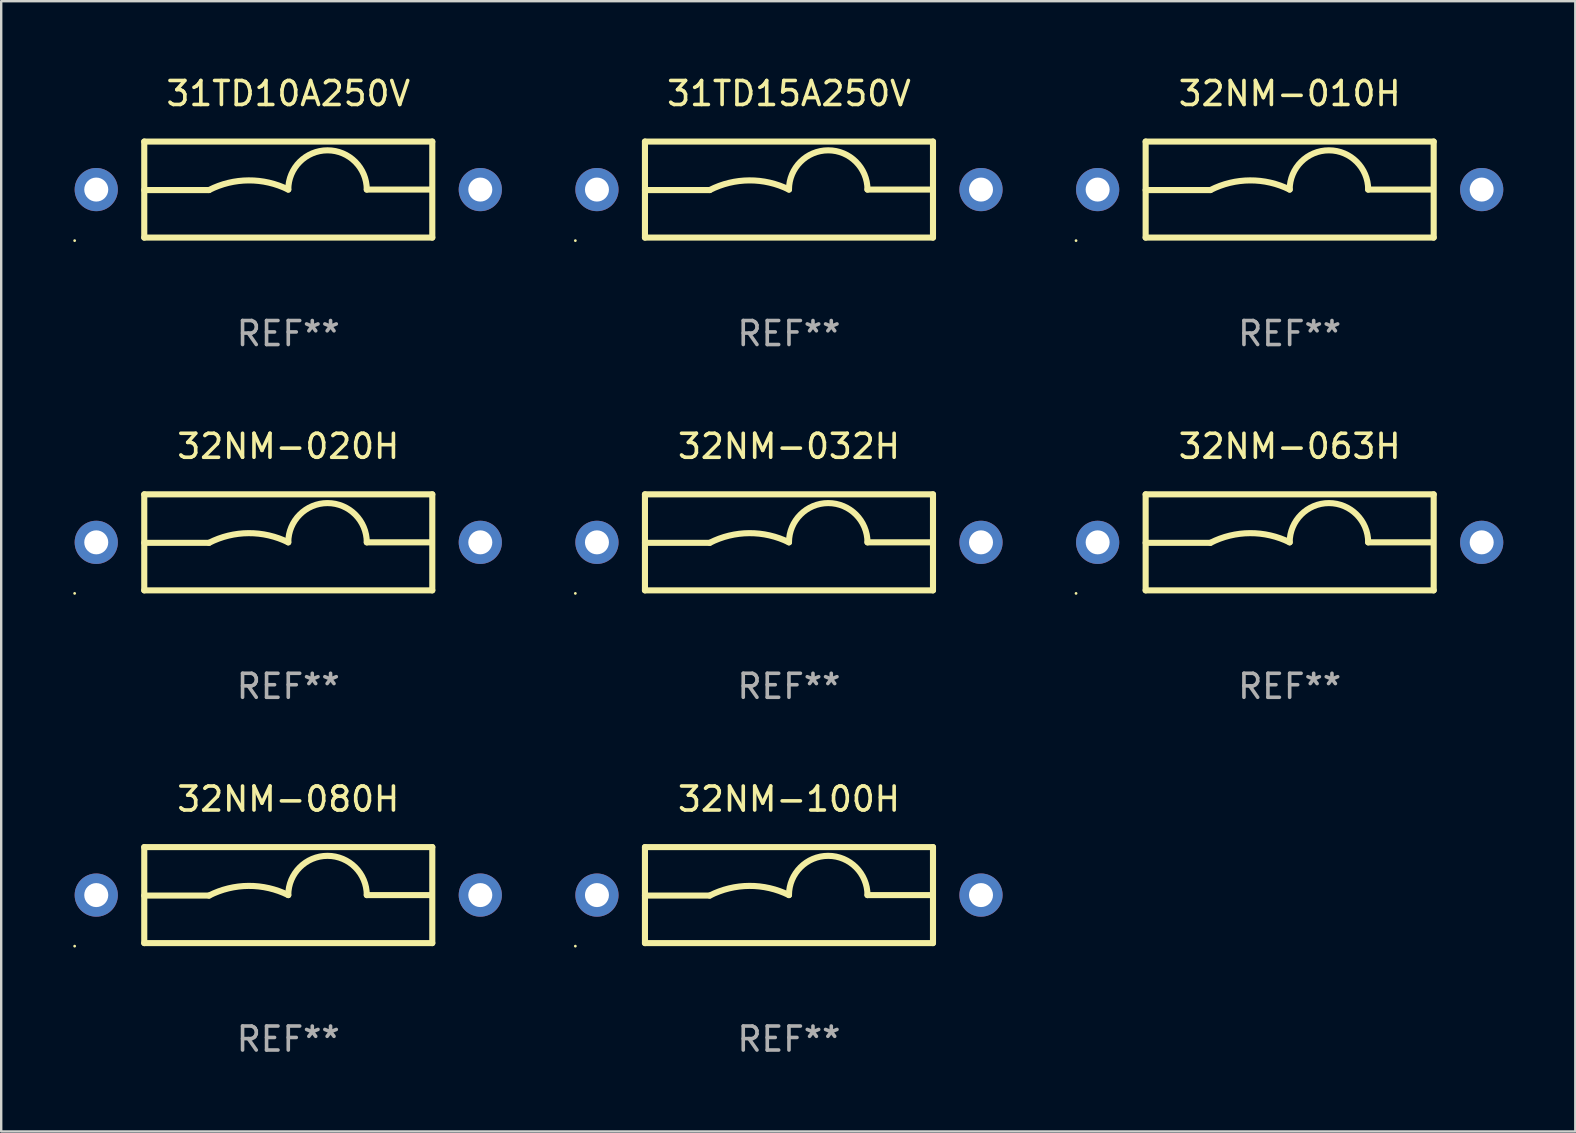
<source format=kicad_pcb>
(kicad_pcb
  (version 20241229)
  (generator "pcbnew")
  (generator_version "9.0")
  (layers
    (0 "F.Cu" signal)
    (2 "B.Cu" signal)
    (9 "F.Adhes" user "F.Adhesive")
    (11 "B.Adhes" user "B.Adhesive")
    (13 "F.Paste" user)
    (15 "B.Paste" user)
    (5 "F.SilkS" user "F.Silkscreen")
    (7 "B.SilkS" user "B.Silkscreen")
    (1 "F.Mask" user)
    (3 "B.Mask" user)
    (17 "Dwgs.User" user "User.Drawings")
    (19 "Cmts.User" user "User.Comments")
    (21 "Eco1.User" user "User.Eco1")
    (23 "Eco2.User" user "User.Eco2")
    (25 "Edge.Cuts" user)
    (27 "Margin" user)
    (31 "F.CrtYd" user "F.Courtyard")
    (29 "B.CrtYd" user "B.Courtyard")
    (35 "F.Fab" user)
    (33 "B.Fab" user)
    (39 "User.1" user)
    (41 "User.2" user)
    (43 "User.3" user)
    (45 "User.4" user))
  (footprint "31TD10A250V"
    (layer "F.Cu")
    (at 8.96 4.848)
    (property "Reference" "31TD10A250V" (at 0 -4 0) (layer "F.SilkS") (effects (font (size 1 1) (thickness 0.15))))
    (attr through_hole)
    (fp_line (start -6 -2) (end 6 -2) (stroke (width 0.254) (type solid)) (layer "F.SilkS"))
    (fp_line (start -6 0.02) (end -3.302 0.02) (stroke (width 0.254) (type solid)) (layer "F.SilkS"))
    (fp_line (start -6 2) (end -6 -2) (stroke (width 0.254) (type solid)) (layer "F.SilkS"))
    (fp_line (start 5.969 0) (end 3.271 0) (stroke (width 0.254) (type solid)) (layer "F.SilkS"))
    (fp_line (start 6 -2) (end 6 2) (stroke (width 0.254) (type solid)) (layer "F.SilkS"))
    (fp_line (start 6 2) (end -6 2) (stroke (width 0.254) (type solid)) (layer "F.SilkS"))
    (fp_arc (start -3.302007 0.020218) (mid -1.653409 -0.382715) (end 0 0) (stroke (width 0.254001) (type solid)) (layer "F.SilkS"))
    (fp_arc (start 0.000001 0) (mid 1.635497 -1.634823) (end 3.270993 0) (stroke (width 0.254001) (type solid)) (layer "F.SilkS"))
    (fp_circle (center -8.9 2.127) (end -8.87 2.127) (stroke (width 0.06) (type solid)) (fill no) (layer "F.SilkS"))
    (fp_text user "REF**" (at 0 6 0) (layer "F.Fab") (effects (font (size 1 1) (thickness 0.15))))
    (pad "1" thru_hole circle (at -8 0) (size 1.8 1.8) (drill 1) (layers "*.Cu" "*.Mask"))
    (pad "2" thru_hole circle (at 8 0) (size 1.8 1.8) (drill 1) (layers "*.Cu" "*.Mask")))
  (footprint "32NM-063H"
    (layer "F.Cu")
    (at 50.68 19.545)
    (property "Reference" "32NM-063H" (at 0 -4 0) (layer "F.SilkS") (effects (font (size 1 1) (thickness 0.15))))
    (attr through_hole)
    (fp_line (start -6 -2) (end 6 -2) (stroke (width 0.254) (type solid)) (layer "F.SilkS"))
    (fp_line (start -6 0.02) (end -3.302 0.02) (stroke (width 0.254) (type solid)) (layer "F.SilkS"))
    (fp_line (start -6 2) (end -6 -2) (stroke (width 0.254) (type solid)) (layer "F.SilkS"))
    (fp_line (start 5.969 0) (end 3.271 0) (stroke (width 0.254) (type solid)) (layer "F.SilkS"))
    (fp_line (start 6 -2) (end 6 2) (stroke (width 0.254) (type solid)) (layer "F.SilkS"))
    (fp_line (start 6 2) (end -6 2) (stroke (width 0.254) (type solid)) (layer "F.SilkS"))
    (fp_arc (start -3.302007 0.020218) (mid -1.653409 -0.382715) (end 0 0) (stroke (width 0.254001) (type solid)) (layer "F.SilkS"))
    (fp_arc (start 0.000001 0) (mid 1.635497 -1.634823) (end 3.270993 0) (stroke (width 0.254001) (type solid)) (layer "F.SilkS"))
    (fp_circle (center -8.9 2.127) (end -8.87 2.127) (stroke (width 0.06) (type solid)) (fill no) (layer "F.SilkS"))
    (fp_text user "REF**" (at 0 6 0) (layer "F.Fab") (effects (font (size 1 1) (thickness 0.15))))
    (pad "1" thru_hole circle (at -8 0) (size 1.8 1.8) (drill 1) (layers "*.Cu" "*.Mask"))
    (pad "2" thru_hole circle (at 8 0) (size 1.8 1.8) (drill 1) (layers "*.Cu" "*.Mask")))
  (footprint "32NM-020H"
    (layer "F.Cu")
    (at 8.96 19.545)
    (property "Reference" "32NM-020H" (at 0 -4 0) (layer "F.SilkS") (effects (font (size 1 1) (thickness 0.15))))
    (attr through_hole)
    (fp_line (start -6 -2) (end 6 -2) (stroke (width 0.254) (type solid)) (layer "F.SilkS"))
    (fp_line (start -6 0.02) (end -3.302 0.02) (stroke (width 0.254) (type solid)) (layer "F.SilkS"))
    (fp_line (start -6 2) (end -6 -2) (stroke (width 0.254) (type solid)) (layer "F.SilkS"))
    (fp_line (start 5.969 0) (end 3.271 0) (stroke (width 0.254) (type solid)) (layer "F.SilkS"))
    (fp_line (start 6 -2) (end 6 2) (stroke (width 0.254) (type solid)) (layer "F.SilkS"))
    (fp_line (start 6 2) (end -6 2) (stroke (width 0.254) (type solid)) (layer "F.SilkS"))
    (fp_arc (start -3.302007 0.020218) (mid -1.653409 -0.382715) (end 0 0) (stroke (width 0.254001) (type solid)) (layer "F.SilkS"))
    (fp_arc (start 0.000001 0) (mid 1.635497 -1.634823) (end 3.270993 0) (stroke (width 0.254001) (type solid)) (layer "F.SilkS"))
    (fp_circle (center -8.9 2.127) (end -8.87 2.127) (stroke (width 0.06) (type solid)) (fill no) (layer "F.SilkS"))
    (fp_text user "REF**" (at 0 6 0) (layer "F.Fab") (effects (font (size 1 1) (thickness 0.15))))
    (pad "1" thru_hole circle (at -8 0) (size 1.8 1.8) (drill 1) (layers "*.Cu" "*.Mask"))
    (pad "2" thru_hole circle (at 8 0) (size 1.8 1.8) (drill 1) (layers "*.Cu" "*.Mask")))
  (footprint "32NM-032H"
    (layer "F.Cu")
    (at 29.82 19.545)
    (property "Reference" "32NM-032H" (at 0 -4 0) (layer "F.SilkS") (effects (font (size 1 1) (thickness 0.15))))
    (attr through_hole)
    (fp_line (start -6 -2) (end 6 -2) (stroke (width 0.254) (type solid)) (layer "F.SilkS"))
    (fp_line (start -6 0.02) (end -3.302 0.02) (stroke (width 0.254) (type solid)) (layer "F.SilkS"))
    (fp_line (start -6 2) (end -6 -2) (stroke (width 0.254) (type solid)) (layer "F.SilkS"))
    (fp_line (start 5.969 0) (end 3.271 0) (stroke (width 0.254) (type solid)) (layer "F.SilkS"))
    (fp_line (start 6 -2) (end 6 2) (stroke (width 0.254) (type solid)) (layer "F.SilkS"))
    (fp_line (start 6 2) (end -6 2) (stroke (width 0.254) (type solid)) (layer "F.SilkS"))
    (fp_arc (start -3.302007 0.020218) (mid -1.653409 -0.382715) (end 0 0) (stroke (width 0.254001) (type solid)) (layer "F.SilkS"))
    (fp_arc (start 0.000001 0) (mid 1.635497 -1.634823) (end 3.270993 0) (stroke (width 0.254001) (type solid)) (layer "F.SilkS"))
    (fp_circle (center -8.9 2.127) (end -8.87 2.127) (stroke (width 0.06) (type solid)) (fill no) (layer "F.SilkS"))
    (fp_text user "REF**" (at 0 6 0) (layer "F.Fab") (effects (font (size 1 1) (thickness 0.15))))
    (pad "1" thru_hole circle (at -8 0) (size 1.8 1.8) (drill 1) (layers "*.Cu" "*.Mask"))
    (pad "2" thru_hole circle (at 8 0) (size 1.8 1.8) (drill 1) (layers "*.Cu" "*.Mask")))
  (footprint "31TD15A250V"
    (layer "F.Cu")
    (at 29.82 4.848)
    (property "Reference" "31TD15A250V" (at 0 -4 0) (layer "F.SilkS") (effects (font (size 1 1) (thickness 0.15))))
    (attr through_hole)
    (fp_line (start -6 -2) (end 6 -2) (stroke (width 0.254) (type solid)) (layer "F.SilkS"))
    (fp_line (start -6 0.02) (end -3.302 0.02) (stroke (width 0.254) (type solid)) (layer "F.SilkS"))
    (fp_line (start -6 2) (end -6 -2) (stroke (width 0.254) (type solid)) (layer "F.SilkS"))
    (fp_line (start 5.969 0) (end 3.271 0) (stroke (width 0.254) (type solid)) (layer "F.SilkS"))
    (fp_line (start 6 -2) (end 6 2) (stroke (width 0.254) (type solid)) (layer "F.SilkS"))
    (fp_line (start 6 2) (end -6 2) (stroke (width 0.254) (type solid)) (layer "F.SilkS"))
    (fp_arc (start -3.302007 0.020218) (mid -1.653409 -0.382715) (end 0 0) (stroke (width 0.254001) (type solid)) (layer "F.SilkS"))
    (fp_arc (start 0.000001 0) (mid 1.635497 -1.634823) (end 3.270993 0) (stroke (width 0.254001) (type solid)) (layer "F.SilkS"))
    (fp_circle (center -8.9 2.127) (end -8.87 2.127) (stroke (width 0.06) (type solid)) (fill no) (layer "F.SilkS"))
    (fp_text user "REF**" (at 0 6 0) (layer "F.Fab") (effects (font (size 1 1) (thickness 0.15))))
    (pad "1" thru_hole circle (at -8 0) (size 1.8 1.8) (drill 1) (layers "*.Cu" "*.Mask"))
    (pad "2" thru_hole circle (at 8 0) (size 1.8 1.8) (drill 1) (layers "*.Cu" "*.Mask")))
  (footprint "32NM-080H"
    (layer "F.Cu")
    (at 8.96 34.241)
    (property "Reference" "32NM-080H" (at 0 -4 0) (layer "F.SilkS") (effects (font (size 1 1) (thickness 0.15))))
    (attr through_hole)
    (fp_line (start -6 -2) (end 6 -2) (stroke (width 0.254) (type solid)) (layer "F.SilkS"))
    (fp_line (start -6 0.02) (end -3.302 0.02) (stroke (width 0.254) (type solid)) (layer "F.SilkS"))
    (fp_line (start -6 2) (end -6 -2) (stroke (width 0.254) (type solid)) (layer "F.SilkS"))
    (fp_line (start 5.969 0) (end 3.271 0) (stroke (width 0.254) (type solid)) (layer "F.SilkS"))
    (fp_line (start 6 -2) (end 6 2) (stroke (width 0.254) (type solid)) (layer "F.SilkS"))
    (fp_line (start 6 2) (end -6 2) (stroke (width 0.254) (type solid)) (layer "F.SilkS"))
    (fp_arc (start -3.302007 0.020218) (mid -1.653409 -0.382715) (end 0 0) (stroke (width 0.254001) (type solid)) (layer "F.SilkS"))
    (fp_arc (start 0.000001 0) (mid 1.635497 -1.634823) (end 3.270993 0) (stroke (width 0.254001) (type solid)) (layer "F.SilkS"))
    (fp_circle (center -8.9 2.127) (end -8.87 2.127) (stroke (width 0.06) (type solid)) (fill no) (layer "F.SilkS"))
    (fp_text user "REF**" (at 0 6 0) (layer "F.Fab") (effects (font (size 1 1) (thickness 0.15))))
    (pad "1" thru_hole circle (at -8 0) (size 1.8 1.8) (drill 1) (layers "*.Cu" "*.Mask"))
    (pad "2" thru_hole circle (at 8 0) (size 1.8 1.8) (drill 1) (layers "*.Cu" "*.Mask")))
  (footprint "32NM-010H"
    (layer "F.Cu")
    (at 50.68 4.848)
    (property "Reference" "32NM-010H" (at 0 -4 0) (layer "F.SilkS") (effects (font (size 1 1) (thickness 0.15))))
    (attr through_hole)
    (fp_line (start -6 -2) (end 6 -2) (stroke (width 0.254) (type solid)) (layer "F.SilkS"))
    (fp_line (start -6 0.02) (end -3.302 0.02) (stroke (width 0.254) (type solid)) (layer "F.SilkS"))
    (fp_line (start -6 2) (end -6 -2) (stroke (width 0.254) (type solid)) (layer "F.SilkS"))
    (fp_line (start 5.969 0) (end 3.271 0) (stroke (width 0.254) (type solid)) (layer "F.SilkS"))
    (fp_line (start 6 -2) (end 6 2) (stroke (width 0.254) (type solid)) (layer "F.SilkS"))
    (fp_line (start 6 2) (end -6 2) (stroke (width 0.254) (type solid)) (layer "F.SilkS"))
    (fp_arc (start -3.302007 0.020218) (mid -1.653409 -0.382715) (end 0 0) (stroke (width 0.254001) (type solid)) (layer "F.SilkS"))
    (fp_arc (start 0.000001 0) (mid 1.635497 -1.634823) (end 3.270993 0) (stroke (width 0.254001) (type solid)) (layer "F.SilkS"))
    (fp_circle (center -8.9 2.127) (end -8.87 2.127) (stroke (width 0.06) (type solid)) (fill no) (layer "F.SilkS"))
    (fp_text user "REF**" (at 0 6 0) (layer "F.Fab") (effects (font (size 1 1) (thickness 0.15))))
    (pad "1" thru_hole circle (at -8 0) (size 1.8 1.8) (drill 1) (layers "*.Cu" "*.Mask"))
    (pad "2" thru_hole circle (at 8 0) (size 1.8 1.8) (drill 1) (layers "*.Cu" "*.Mask")))
  (footprint "32NM-100H"
    (layer "F.Cu")
    (at 29.82 34.241)
    (property "Reference" "32NM-100H" (at 0 -4 0) (layer "F.SilkS") (effects (font (size 1 1) (thickness 0.15))))
    (attr through_hole)
    (fp_line (start -6 -2) (end 6 -2) (stroke (width 0.254) (type solid)) (layer "F.SilkS"))
    (fp_line (start -6 0.02) (end -3.302 0.02) (stroke (width 0.254) (type solid)) (layer "F.SilkS"))
    (fp_line (start -6 2) (end -6 -2) (stroke (width 0.254) (type solid)) (layer "F.SilkS"))
    (fp_line (start 5.969 0) (end 3.271 0) (stroke (width 0.254) (type solid)) (layer "F.SilkS"))
    (fp_line (start 6 -2) (end 6 2) (stroke (width 0.254) (type solid)) (layer "F.SilkS"))
    (fp_line (start 6 2) (end -6 2) (stroke (width 0.254) (type solid)) (layer "F.SilkS"))
    (fp_arc (start -3.302007 0.020218) (mid -1.653409 -0.382715) (end 0 0) (stroke (width 0.254001) (type solid)) (layer "F.SilkS"))
    (fp_arc (start 0.000001 0) (mid 1.635497 -1.634823) (end 3.270993 0) (stroke (width 0.254001) (type solid)) (layer "F.SilkS"))
    (fp_circle (center -8.9 2.127) (end -8.87 2.127) (stroke (width 0.06) (type solid)) (fill no) (layer "F.SilkS"))
    (fp_text user "REF**" (at 0 6 0) (layer "F.Fab") (effects (font (size 1 1) (thickness 0.15))))
    (pad "1" thru_hole circle (at -8 0) (size 1.8 1.8) (drill 1) (layers "*.Cu" "*.Mask"))
    (pad "2" thru_hole circle (at 8 0) (size 1.8 1.8) (drill 1) (layers "*.Cu" "*.Mask")))
  (gr_rect
    (start -3 -3)
    (end 62.58 44.09)
    (stroke (width 0.1) (type default))
    (fill no)
    (layer "Edge.Cuts")))
</source>
